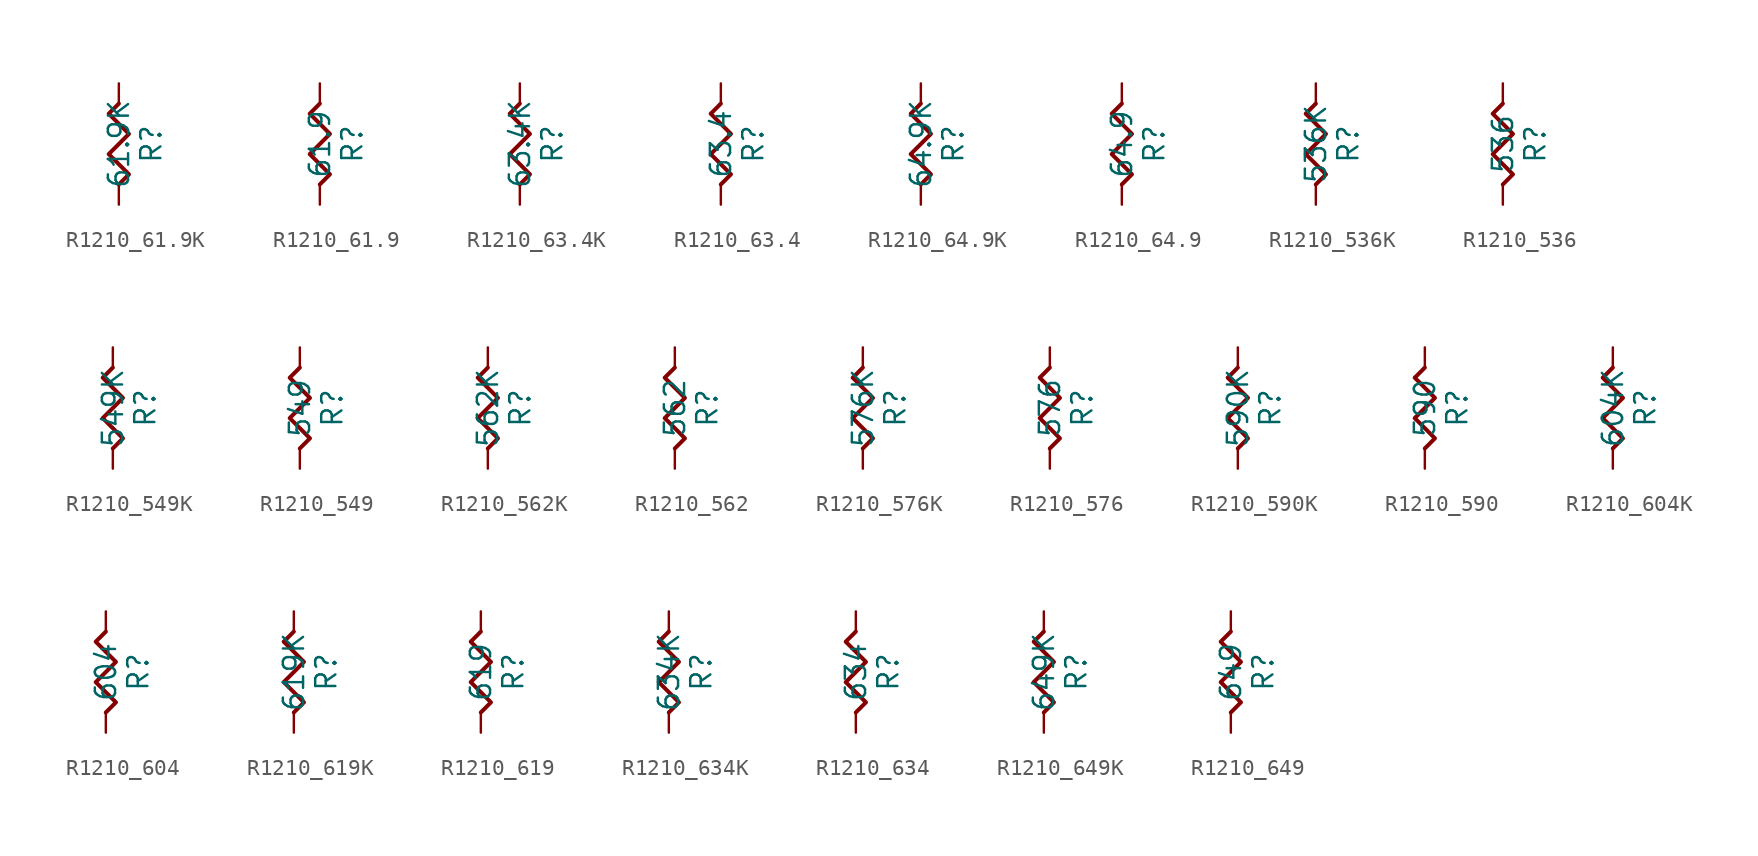
<source format=kicad_sym>
(kicad_symbol_lib
  (version 20211014)
  (generator atlantix-eda)
  (symbol "R1210_61.9K"
    (pin_numbers hide)
    (pin_names
      (offset 0))
    (property "Reference" "R"
      (at 2.032 0 90)
      (effects (font (size 1.27 1.27))))
    (property "Value" "61.9K"
      (at 0 0 90)
      (effects (font (size 1.27 1.27))))
    (symbol "R1210_61.9K_0_1"
      (polyline (pts (xy 0 -2.54) (xy 0.635 -1.905) (xy -0.635 -0.635) (xy 0.635 0.635) (xy -0.635 1.905) (xy 0 2.54)) (stroke (width 0.254) (type default) (color 0 0 0 0)) (fill (type none))))
    (symbol "R1210_61.9K_1_1"
      (pin passive line (at 0 3.81 270) (length 1.27) (name "~" (effects (font (size 1.27 1.27)))) (number "1" (effects (font (size 1.27 1.27)))))
      (pin passive line (at 0 -3.81 90) (length 1.27) (name "~" (effects (font (size 1.27 1.27)))) (number "2" (effects (font (size 1.27 1.27)))))))
  (symbol "R1210_61.9"
    (pin_numbers hide)
    (pin_names
      (offset 0))
    (property "Reference" "R"
      (at 2.032 0 90)
      (effects (font (size 1.27 1.27))))
    (property "Value" "61.9"
      (at 0 0 90)
      (effects (font (size 1.27 1.27))))
    (symbol "R1210_61.9_0_1"
      (polyline (pts (xy 0 -2.54) (xy 0.635 -1.905) (xy -0.635 -0.635) (xy 0.635 0.635) (xy -0.635 1.905) (xy 0 2.54)) (stroke (width 0.254) (type default) (color 0 0 0 0)) (fill (type none))))
    (symbol "R1210_61.9_1_1"
      (pin passive line (at 0 3.81 270) (length 1.27) (name "~" (effects (font (size 1.27 1.27)))) (number "1" (effects (font (size 1.27 1.27)))))
      (pin passive line (at 0 -3.81 90) (length 1.27) (name "~" (effects (font (size 1.27 1.27)))) (number "2" (effects (font (size 1.27 1.27)))))))
  (symbol "R1210_63.4K"
    (pin_numbers hide)
    (pin_names
      (offset 0))
    (property "Reference" "R"
      (at 2.032 0 90)
      (effects (font (size 1.27 1.27))))
    (property "Value" "63.4K"
      (at 0 0 90)
      (effects (font (size 1.27 1.27))))
    (symbol "R1210_63.4K_0_1"
      (polyline (pts (xy 0 -2.54) (xy 0.635 -1.905) (xy -0.635 -0.635) (xy 0.635 0.635) (xy -0.635 1.905) (xy 0 2.54)) (stroke (width 0.254) (type default) (color 0 0 0 0)) (fill (type none))))
    (symbol "R1210_63.4K_1_1"
      (pin passive line (at 0 3.81 270) (length 1.27) (name "~" (effects (font (size 1.27 1.27)))) (number "1" (effects (font (size 1.27 1.27)))))
      (pin passive line (at 0 -3.81 90) (length 1.27) (name "~" (effects (font (size 1.27 1.27)))) (number "2" (effects (font (size 1.27 1.27)))))))
  (symbol "R1210_63.4"
    (pin_numbers hide)
    (pin_names
      (offset 0))
    (property "Reference" "R"
      (at 2.032 0 90)
      (effects (font (size 1.27 1.27))))
    (property "Value" "63.4"
      (at 0 0 90)
      (effects (font (size 1.27 1.27))))
    (symbol "R1210_63.4_0_1"
      (polyline (pts (xy 0 -2.54) (xy 0.635 -1.905) (xy -0.635 -0.635) (xy 0.635 0.635) (xy -0.635 1.905) (xy 0 2.54)) (stroke (width 0.254) (type default) (color 0 0 0 0)) (fill (type none))))
    (symbol "R1210_63.4_1_1"
      (pin passive line (at 0 3.81 270) (length 1.27) (name "~" (effects (font (size 1.27 1.27)))) (number "1" (effects (font (size 1.27 1.27)))))
      (pin passive line (at 0 -3.81 90) (length 1.27) (name "~" (effects (font (size 1.27 1.27)))) (number "2" (effects (font (size 1.27 1.27)))))))
  (symbol "R1210_64.9K"
    (pin_numbers hide)
    (pin_names
      (offset 0))
    (property "Reference" "R"
      (at 2.032 0 90)
      (effects (font (size 1.27 1.27))))
    (property "Value" "64.9K"
      (at 0 0 90)
      (effects (font (size 1.27 1.27))))
    (symbol "R1210_64.9K_0_1"
      (polyline (pts (xy 0 -2.54) (xy 0.635 -1.905) (xy -0.635 -0.635) (xy 0.635 0.635) (xy -0.635 1.905) (xy 0 2.54)) (stroke (width 0.254) (type default) (color 0 0 0 0)) (fill (type none))))
    (symbol "R1210_64.9K_1_1"
      (pin passive line (at 0 3.81 270) (length 1.27) (name "~" (effects (font (size 1.27 1.27)))) (number "1" (effects (font (size 1.27 1.27)))))
      (pin passive line (at 0 -3.81 90) (length 1.27) (name "~" (effects (font (size 1.27 1.27)))) (number "2" (effects (font (size 1.27 1.27)))))))
  (symbol "R1210_64.9"
    (pin_numbers hide)
    (pin_names
      (offset 0))
    (property "Reference" "R"
      (at 2.032 0 90)
      (effects (font (size 1.27 1.27))))
    (property "Value" "64.9"
      (at 0 0 90)
      (effects (font (size 1.27 1.27))))
    (symbol "R1210_64.9_0_1"
      (polyline (pts (xy 0 -2.54) (xy 0.635 -1.905) (xy -0.635 -0.635) (xy 0.635 0.635) (xy -0.635 1.905) (xy 0 2.54)) (stroke (width 0.254) (type default) (color 0 0 0 0)) (fill (type none))))
    (symbol "R1210_64.9_1_1"
      (pin passive line (at 0 3.81 270) (length 1.27) (name "~" (effects (font (size 1.27 1.27)))) (number "1" (effects (font (size 1.27 1.27)))))
      (pin passive line (at 0 -3.81 90) (length 1.27) (name "~" (effects (font (size 1.27 1.27)))) (number "2" (effects (font (size 1.27 1.27)))))))
  (symbol "R1210_536K"
    (pin_numbers hide)
    (pin_names
      (offset 0))
    (property "Reference" "R"
      (at 2.032 0 90)
      (effects (font (size 1.27 1.27))))
    (property "Value" "536K"
      (at 0 0 90)
      (effects (font (size 1.27 1.27))))
    (symbol "R1210_536K_0_1"
      (polyline (pts (xy 0 -2.54) (xy 0.635 -1.905) (xy -0.635 -0.635) (xy 0.635 0.635) (xy -0.635 1.905) (xy 0 2.54)) (stroke (width 0.254) (type default) (color 0 0 0 0)) (fill (type none))))
    (symbol "R1210_536K_1_1"
      (pin passive line (at 0 3.81 270) (length 1.27) (name "~" (effects (font (size 1.27 1.27)))) (number "1" (effects (font (size 1.27 1.27)))))
      (pin passive line (at 0 -3.81 90) (length 1.27) (name "~" (effects (font (size 1.27 1.27)))) (number "2" (effects (font (size 1.27 1.27)))))))
  (symbol "R1210_536"
    (pin_numbers hide)
    (pin_names
      (offset 0))
    (property "Reference" "R"
      (at 2.032 0 90)
      (effects (font (size 1.27 1.27))))
    (property "Value" "536"
      (at 0 0 90)
      (effects (font (size 1.27 1.27))))
    (symbol "R1210_536_0_1"
      (polyline (pts (xy 0 -2.54) (xy 0.635 -1.905) (xy -0.635 -0.635) (xy 0.635 0.635) (xy -0.635 1.905) (xy 0 2.54)) (stroke (width 0.254) (type default) (color 0 0 0 0)) (fill (type none))))
    (symbol "R1210_536_1_1"
      (pin passive line (at 0 3.81 270) (length 1.27) (name "~" (effects (font (size 1.27 1.27)))) (number "1" (effects (font (size 1.27 1.27)))))
      (pin passive line (at 0 -3.81 90) (length 1.27) (name "~" (effects (font (size 1.27 1.27)))) (number "2" (effects (font (size 1.27 1.27)))))))
  (symbol "R1210_549K"
    (pin_numbers hide)
    (pin_names
      (offset 0))
    (property "Reference" "R"
      (at 2.032 0 90)
      (effects (font (size 1.27 1.27))))
    (property "Value" "549K"
      (at 0 0 90)
      (effects (font (size 1.27 1.27))))
    (symbol "R1210_549K_0_1"
      (polyline (pts (xy 0 -2.54) (xy 0.635 -1.905) (xy -0.635 -0.635) (xy 0.635 0.635) (xy -0.635 1.905) (xy 0 2.54)) (stroke (width 0.254) (type default) (color 0 0 0 0)) (fill (type none))))
    (symbol "R1210_549K_1_1"
      (pin passive line (at 0 3.81 270) (length 1.27) (name "~" (effects (font (size 1.27 1.27)))) (number "1" (effects (font (size 1.27 1.27)))))
      (pin passive line (at 0 -3.81 90) (length 1.27) (name "~" (effects (font (size 1.27 1.27)))) (number "2" (effects (font (size 1.27 1.27)))))))
  (symbol "R1210_549"
    (pin_numbers hide)
    (pin_names
      (offset 0))
    (property "Reference" "R"
      (at 2.032 0 90)
      (effects (font (size 1.27 1.27))))
    (property "Value" "549"
      (at 0 0 90)
      (effects (font (size 1.27 1.27))))
    (symbol "R1210_549_0_1"
      (polyline (pts (xy 0 -2.54) (xy 0.635 -1.905) (xy -0.635 -0.635) (xy 0.635 0.635) (xy -0.635 1.905) (xy 0 2.54)) (stroke (width 0.254) (type default) (color 0 0 0 0)) (fill (type none))))
    (symbol "R1210_549_1_1"
      (pin passive line (at 0 3.81 270) (length 1.27) (name "~" (effects (font (size 1.27 1.27)))) (number "1" (effects (font (size 1.27 1.27)))))
      (pin passive line (at 0 -3.81 90) (length 1.27) (name "~" (effects (font (size 1.27 1.27)))) (number "2" (effects (font (size 1.27 1.27)))))))
  (symbol "R1210_562K"
    (pin_numbers hide)
    (pin_names
      (offset 0))
    (property "Reference" "R"
      (at 2.032 0 90)
      (effects (font (size 1.27 1.27))))
    (property "Value" "562K"
      (at 0 0 90)
      (effects (font (size 1.27 1.27))))
    (symbol "R1210_562K_0_1"
      (polyline (pts (xy 0 -2.54) (xy 0.635 -1.905) (xy -0.635 -0.635) (xy 0.635 0.635) (xy -0.635 1.905) (xy 0 2.54)) (stroke (width 0.254) (type default) (color 0 0 0 0)) (fill (type none))))
    (symbol "R1210_562K_1_1"
      (pin passive line (at 0 3.81 270) (length 1.27) (name "~" (effects (font (size 1.27 1.27)))) (number "1" (effects (font (size 1.27 1.27)))))
      (pin passive line (at 0 -3.81 90) (length 1.27) (name "~" (effects (font (size 1.27 1.27)))) (number "2" (effects (font (size 1.27 1.27)))))))
  (symbol "R1210_562"
    (pin_numbers hide)
    (pin_names
      (offset 0))
    (property "Reference" "R"
      (at 2.032 0 90)
      (effects (font (size 1.27 1.27))))
    (property "Value" "562"
      (at 0 0 90)
      (effects (font (size 1.27 1.27))))
    (symbol "R1210_562_0_1"
      (polyline (pts (xy 0 -2.54) (xy 0.635 -1.905) (xy -0.635 -0.635) (xy 0.635 0.635) (xy -0.635 1.905) (xy 0 2.54)) (stroke (width 0.254) (type default) (color 0 0 0 0)) (fill (type none))))
    (symbol "R1210_562_1_1"
      (pin passive line (at 0 3.81 270) (length 1.27) (name "~" (effects (font (size 1.27 1.27)))) (number "1" (effects (font (size 1.27 1.27)))))
      (pin passive line (at 0 -3.81 90) (length 1.27) (name "~" (effects (font (size 1.27 1.27)))) (number "2" (effects (font (size 1.27 1.27)))))))
  (symbol "R1210_576K"
    (pin_numbers hide)
    (pin_names
      (offset 0))
    (property "Reference" "R"
      (at 2.032 0 90)
      (effects (font (size 1.27 1.27))))
    (property "Value" "576K"
      (at 0 0 90)
      (effects (font (size 1.27 1.27))))
    (symbol "R1210_576K_0_1"
      (polyline (pts (xy 0 -2.54) (xy 0.635 -1.905) (xy -0.635 -0.635) (xy 0.635 0.635) (xy -0.635 1.905) (xy 0 2.54)) (stroke (width 0.254) (type default) (color 0 0 0 0)) (fill (type none))))
    (symbol "R1210_576K_1_1"
      (pin passive line (at 0 3.81 270) (length 1.27) (name "~" (effects (font (size 1.27 1.27)))) (number "1" (effects (font (size 1.27 1.27)))))
      (pin passive line (at 0 -3.81 90) (length 1.27) (name "~" (effects (font (size 1.27 1.27)))) (number "2" (effects (font (size 1.27 1.27)))))))
  (symbol "R1210_576"
    (pin_numbers hide)
    (pin_names
      (offset 0))
    (property "Reference" "R"
      (at 2.032 0 90)
      (effects (font (size 1.27 1.27))))
    (property "Value" "576"
      (at 0 0 90)
      (effects (font (size 1.27 1.27))))
    (symbol "R1210_576_0_1"
      (polyline (pts (xy 0 -2.54) (xy 0.635 -1.905) (xy -0.635 -0.635) (xy 0.635 0.635) (xy -0.635 1.905) (xy 0 2.54)) (stroke (width 0.254) (type default) (color 0 0 0 0)) (fill (type none))))
    (symbol "R1210_576_1_1"
      (pin passive line (at 0 3.81 270) (length 1.27) (name "~" (effects (font (size 1.27 1.27)))) (number "1" (effects (font (size 1.27 1.27)))))
      (pin passive line (at 0 -3.81 90) (length 1.27) (name "~" (effects (font (size 1.27 1.27)))) (number "2" (effects (font (size 1.27 1.27)))))))
  (symbol "R1210_590K"
    (pin_numbers hide)
    (pin_names
      (offset 0))
    (property "Reference" "R"
      (at 2.032 0 90)
      (effects (font (size 1.27 1.27))))
    (property "Value" "590K"
      (at 0 0 90)
      (effects (font (size 1.27 1.27))))
    (symbol "R1210_590K_0_1"
      (polyline (pts (xy 0 -2.54) (xy 0.635 -1.905) (xy -0.635 -0.635) (xy 0.635 0.635) (xy -0.635 1.905) (xy 0 2.54)) (stroke (width 0.254) (type default) (color 0 0 0 0)) (fill (type none))))
    (symbol "R1210_590K_1_1"
      (pin passive line (at 0 3.81 270) (length 1.27) (name "~" (effects (font (size 1.27 1.27)))) (number "1" (effects (font (size 1.27 1.27)))))
      (pin passive line (at 0 -3.81 90) (length 1.27) (name "~" (effects (font (size 1.27 1.27)))) (number "2" (effects (font (size 1.27 1.27)))))))
  (symbol "R1210_590"
    (pin_numbers hide)
    (pin_names
      (offset 0))
    (property "Reference" "R"
      (at 2.032 0 90)
      (effects (font (size 1.27 1.27))))
    (property "Value" "590"
      (at 0 0 90)
      (effects (font (size 1.27 1.27))))
    (symbol "R1210_590_0_1"
      (polyline (pts (xy 0 -2.54) (xy 0.635 -1.905) (xy -0.635 -0.635) (xy 0.635 0.635) (xy -0.635 1.905) (xy 0 2.54)) (stroke (width 0.254) (type default) (color 0 0 0 0)) (fill (type none))))
    (symbol "R1210_590_1_1"
      (pin passive line (at 0 3.81 270) (length 1.27) (name "~" (effects (font (size 1.27 1.27)))) (number "1" (effects (font (size 1.27 1.27)))))
      (pin passive line (at 0 -3.81 90) (length 1.27) (name "~" (effects (font (size 1.27 1.27)))) (number "2" (effects (font (size 1.27 1.27)))))))
  (symbol "R1210_604K"
    (pin_numbers hide)
    (pin_names
      (offset 0))
    (property "Reference" "R"
      (at 2.032 0 90)
      (effects (font (size 1.27 1.27))))
    (property "Value" "604K"
      (at 0 0 90)
      (effects (font (size 1.27 1.27))))
    (symbol "R1210_604K_0_1"
      (polyline (pts (xy 0 -2.54) (xy 0.635 -1.905) (xy -0.635 -0.635) (xy 0.635 0.635) (xy -0.635 1.905) (xy 0 2.54)) (stroke (width 0.254) (type default) (color 0 0 0 0)) (fill (type none))))
    (symbol "R1210_604K_1_1"
      (pin passive line (at 0 3.81 270) (length 1.27) (name "~" (effects (font (size 1.27 1.27)))) (number "1" (effects (font (size 1.27 1.27)))))
      (pin passive line (at 0 -3.81 90) (length 1.27) (name "~" (effects (font (size 1.27 1.27)))) (number "2" (effects (font (size 1.27 1.27)))))))
  (symbol "R1210_604"
    (pin_numbers hide)
    (pin_names
      (offset 0))
    (property "Reference" "R"
      (at 2.032 0 90)
      (effects (font (size 1.27 1.27))))
    (property "Value" "604"
      (at 0 0 90)
      (effects (font (size 1.27 1.27))))
    (symbol "R1210_604_0_1"
      (polyline (pts (xy 0 -2.54) (xy 0.635 -1.905) (xy -0.635 -0.635) (xy 0.635 0.635) (xy -0.635 1.905) (xy 0 2.54)) (stroke (width 0.254) (type default) (color 0 0 0 0)) (fill (type none))))
    (symbol "R1210_604_1_1"
      (pin passive line (at 0 3.81 270) (length 1.27) (name "~" (effects (font (size 1.27 1.27)))) (number "1" (effects (font (size 1.27 1.27)))))
      (pin passive line (at 0 -3.81 90) (length 1.27) (name "~" (effects (font (size 1.27 1.27)))) (number "2" (effects (font (size 1.27 1.27)))))))
  (symbol "R1210_619K"
    (pin_numbers hide)
    (pin_names
      (offset 0))
    (property "Reference" "R"
      (at 2.032 0 90)
      (effects (font (size 1.27 1.27))))
    (property "Value" "619K"
      (at 0 0 90)
      (effects (font (size 1.27 1.27))))
    (symbol "R1210_619K_0_1"
      (polyline (pts (xy 0 -2.54) (xy 0.635 -1.905) (xy -0.635 -0.635) (xy 0.635 0.635) (xy -0.635 1.905) (xy 0 2.54)) (stroke (width 0.254) (type default) (color 0 0 0 0)) (fill (type none))))
    (symbol "R1210_619K_1_1"
      (pin passive line (at 0 3.81 270) (length 1.27) (name "~" (effects (font (size 1.27 1.27)))) (number "1" (effects (font (size 1.27 1.27)))))
      (pin passive line (at 0 -3.81 90) (length 1.27) (name "~" (effects (font (size 1.27 1.27)))) (number "2" (effects (font (size 1.27 1.27)))))))
  (symbol "R1210_619"
    (pin_numbers hide)
    (pin_names
      (offset 0))
    (property "Reference" "R"
      (at 2.032 0 90)
      (effects (font (size 1.27 1.27))))
    (property "Value" "619"
      (at 0 0 90)
      (effects (font (size 1.27 1.27))))
    (symbol "R1210_619_0_1"
      (polyline (pts (xy 0 -2.54) (xy 0.635 -1.905) (xy -0.635 -0.635) (xy 0.635 0.635) (xy -0.635 1.905) (xy 0 2.54)) (stroke (width 0.254) (type default) (color 0 0 0 0)) (fill (type none))))
    (symbol "R1210_619_1_1"
      (pin passive line (at 0 3.81 270) (length 1.27) (name "~" (effects (font (size 1.27 1.27)))) (number "1" (effects (font (size 1.27 1.27)))))
      (pin passive line (at 0 -3.81 90) (length 1.27) (name "~" (effects (font (size 1.27 1.27)))) (number "2" (effects (font (size 1.27 1.27)))))))
  (symbol "R1210_634K"
    (pin_numbers hide)
    (pin_names
      (offset 0))
    (property "Reference" "R"
      (at 2.032 0 90)
      (effects (font (size 1.27 1.27))))
    (property "Value" "634K"
      (at 0 0 90)
      (effects (font (size 1.27 1.27))))
    (symbol "R1210_634K_0_1"
      (polyline (pts (xy 0 -2.54) (xy 0.635 -1.905) (xy -0.635 -0.635) (xy 0.635 0.635) (xy -0.635 1.905) (xy 0 2.54)) (stroke (width 0.254) (type default) (color 0 0 0 0)) (fill (type none))))
    (symbol "R1210_634K_1_1"
      (pin passive line (at 0 3.81 270) (length 1.27) (name "~" (effects (font (size 1.27 1.27)))) (number "1" (effects (font (size 1.27 1.27)))))
      (pin passive line (at 0 -3.81 90) (length 1.27) (name "~" (effects (font (size 1.27 1.27)))) (number "2" (effects (font (size 1.27 1.27)))))))
  (symbol "R1210_634"
    (pin_numbers hide)
    (pin_names
      (offset 0))
    (property "Reference" "R"
      (at 2.032 0 90)
      (effects (font (size 1.27 1.27))))
    (property "Value" "634"
      (at 0 0 90)
      (effects (font (size 1.27 1.27))))
    (symbol "R1210_634_0_1"
      (polyline (pts (xy 0 -2.54) (xy 0.635 -1.905) (xy -0.635 -0.635) (xy 0.635 0.635) (xy -0.635 1.905) (xy 0 2.54)) (stroke (width 0.254) (type default) (color 0 0 0 0)) (fill (type none))))
    (symbol "R1210_634_1_1"
      (pin passive line (at 0 3.81 270) (length 1.27) (name "~" (effects (font (size 1.27 1.27)))) (number "1" (effects (font (size 1.27 1.27)))))
      (pin passive line (at 0 -3.81 90) (length 1.27) (name "~" (effects (font (size 1.27 1.27)))) (number "2" (effects (font (size 1.27 1.27)))))))
  (symbol "R1210_649K"
    (pin_numbers hide)
    (pin_names
      (offset 0))
    (property "Reference" "R"
      (at 2.032 0 90)
      (effects (font (size 1.27 1.27))))
    (property "Value" "649K"
      (at 0 0 90)
      (effects (font (size 1.27 1.27))))
    (symbol "R1210_649K_0_1"
      (polyline (pts (xy 0 -2.54) (xy 0.635 -1.905) (xy -0.635 -0.635) (xy 0.635 0.635) (xy -0.635 1.905) (xy 0 2.54)) (stroke (width 0.254) (type default) (color 0 0 0 0)) (fill (type none))))
    (symbol "R1210_649K_1_1"
      (pin passive line (at 0 3.81 270) (length 1.27) (name "~" (effects (font (size 1.27 1.27)))) (number "1" (effects (font (size 1.27 1.27)))))
      (pin passive line (at 0 -3.81 90) (length 1.27) (name "~" (effects (font (size 1.27 1.27)))) (number "2" (effects (font (size 1.27 1.27)))))))
  (symbol "R1210_649"
    (pin_numbers hide)
    (pin_names
      (offset 0))
    (property "Reference" "R"
      (at 2.032 0 90)
      (effects (font (size 1.27 1.27))))
    (property "Value" "649"
      (at 0 0 90)
      (effects (font (size 1.27 1.27))))
    (symbol "R1210_649_0_1"
      (polyline (pts (xy 0 -2.54) (xy 0.635 -1.905) (xy -0.635 -0.635) (xy 0.635 0.635) (xy -0.635 1.905) (xy 0 2.54)) (stroke (width 0.254) (type default) (color 0 0 0 0)) (fill (type none))))
    (symbol "R1210_649_1_1"
      (pin passive line (at 0 3.81 270) (length 1.27) (name "~" (effects (font (size 1.27 1.27)))) (number "1" (effects (font (size 1.27 1.27)))))
      (pin passive line (at 0 -3.81 90) (length 1.27) (name "~" (effects (font (size 1.27 1.27)))) (number "2" (effects (font (size 1.27 1.27))))))))
</source>
